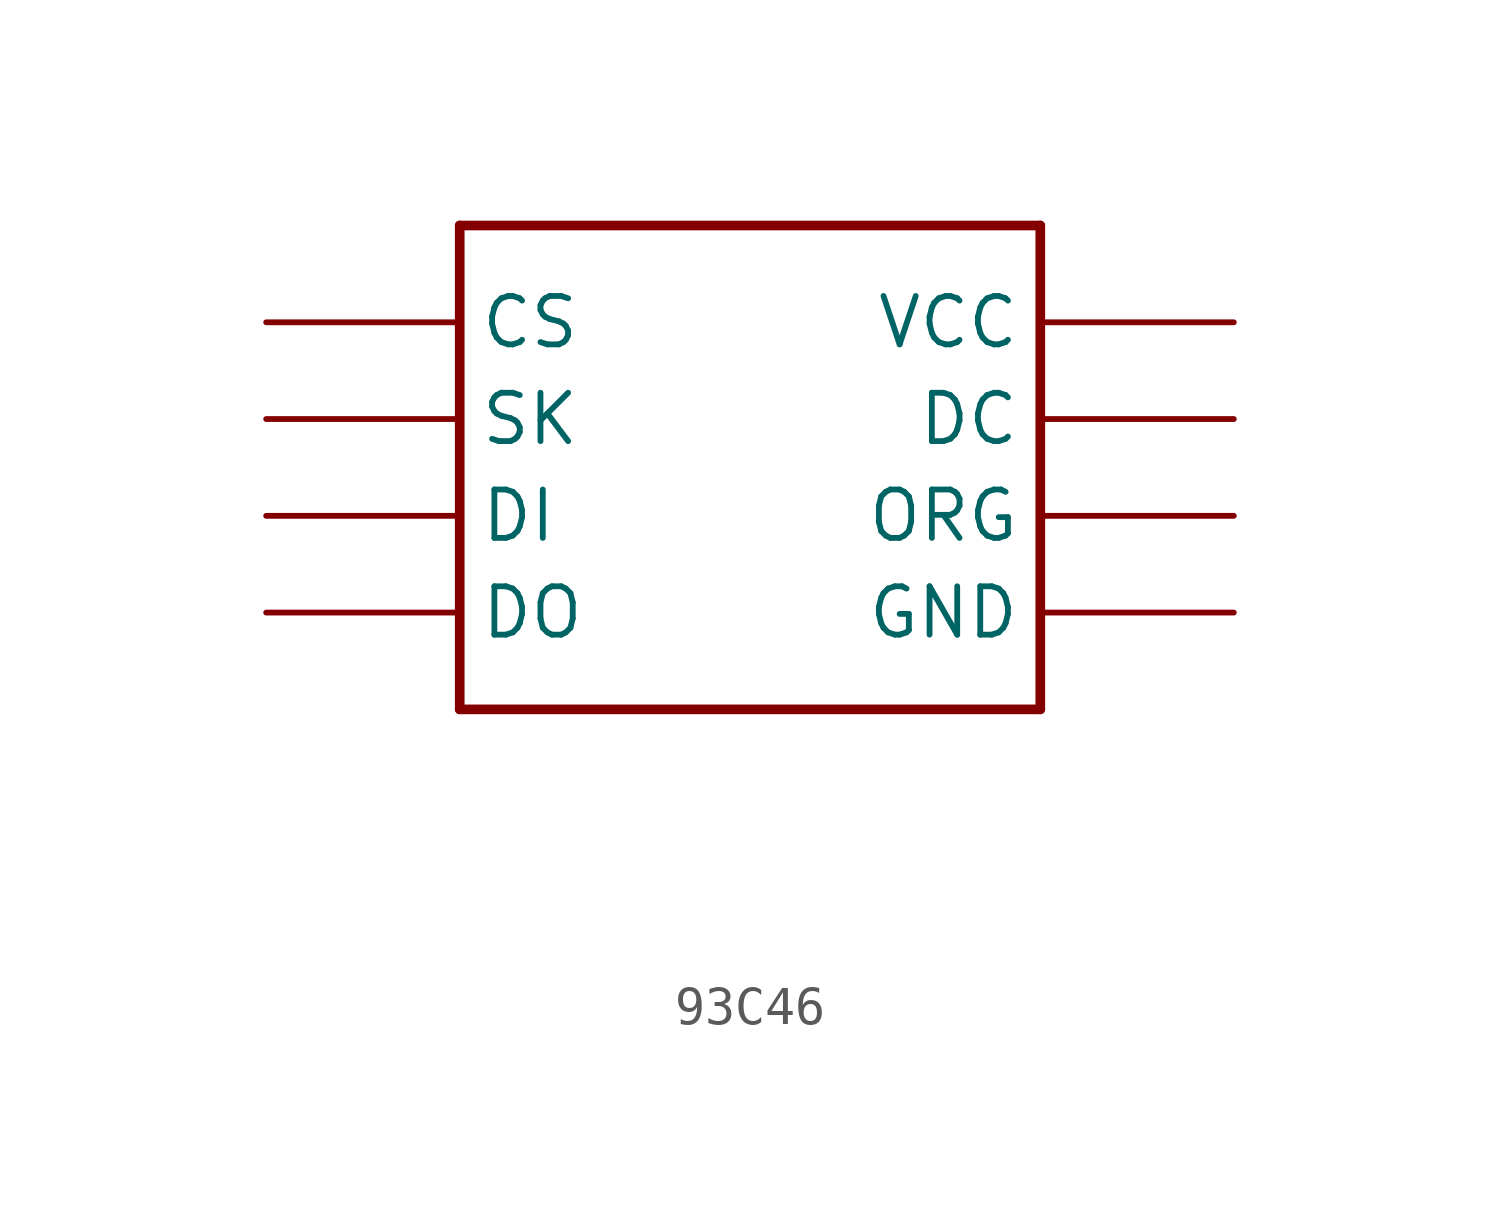
<source format=kicad_sym>
(kicad_symbol_lib
  (version 20220914)
  (generator kicad_symbol_editor)
  (symbol "93C46"
    (property "Reference" ""
      (at -5.08 -7.62 0)
      (effects (font (size 1.422 1.209)) (justify left bottom) hide))
    (property "Value" ""
      (at -5.08 -10.16 0)
      (effects (font (size 1.422 1.209)) (justify left bottom)))
    (property "ki_locked" ""
      (at 0 0 0)
      (effects (font (size 1.27 1.27))))
    (symbol "93C46_1_0"
      (polyline (pts (xy -5.08 -5.08) (xy -5.08 7.62)) (stroke (width 0.254) (type solid)) (fill (type none)))
      (polyline (pts (xy -5.08 7.62) (xy 10.16 7.62)) (stroke (width 0.254) (type solid)) (fill (type none)))
      (polyline (pts (xy 10.16 -5.08) (xy -5.08 -5.08)) (stroke (width 0.254) (type solid)) (fill (type none)))
      (polyline (pts (xy 10.16 7.62) (xy 10.16 -5.08)) (stroke (width 0.254) (type solid)) (fill (type none)))
      (pin bidirectional line (at -10.16 5.08 0) (length 5.08) (name "CS" (effects (font (size 1.27 1.27)))) (number "1" (effects (font (size 0 0)))))
      (pin bidirectional line (at -10.16 2.54 0) (length 5.08) (name "SK" (effects (font (size 1.27 1.27)))) (number "2" (effects (font (size 0 0)))))
      (pin bidirectional line (at -10.16 0 0) (length 5.08) (name "DI" (effects (font (size 1.27 1.27)))) (number "3" (effects (font (size 0 0)))))
      (pin bidirectional line (at -10.16 -2.54 0) (length 5.08) (name "DO" (effects (font (size 1.27 1.27)))) (number "4" (effects (font (size 0 0)))))
      (pin bidirectional line (at 15.24 -2.54 180) (length 5.08) (name "GND" (effects (font (size 1.27 1.27)))) (number "5" (effects (font (size 0 0)))))
      (pin bidirectional line (at 15.24 0 180) (length 5.08) (name "ORG" (effects (font (size 1.27 1.27)))) (number "6" (effects (font (size 0 0)))))
      (pin bidirectional line (at 15.24 2.54 180) (length 5.08) (name "DC" (effects (font (size 1.27 1.27)))) (number "7" (effects (font (size 0 0)))))
      (pin bidirectional line (at 15.24 5.08 180) (length 5.08) (name "VCC" (effects (font (size 1.27 1.27)))) (number "8" (effects (font (size 0 0))))))))
</source>
